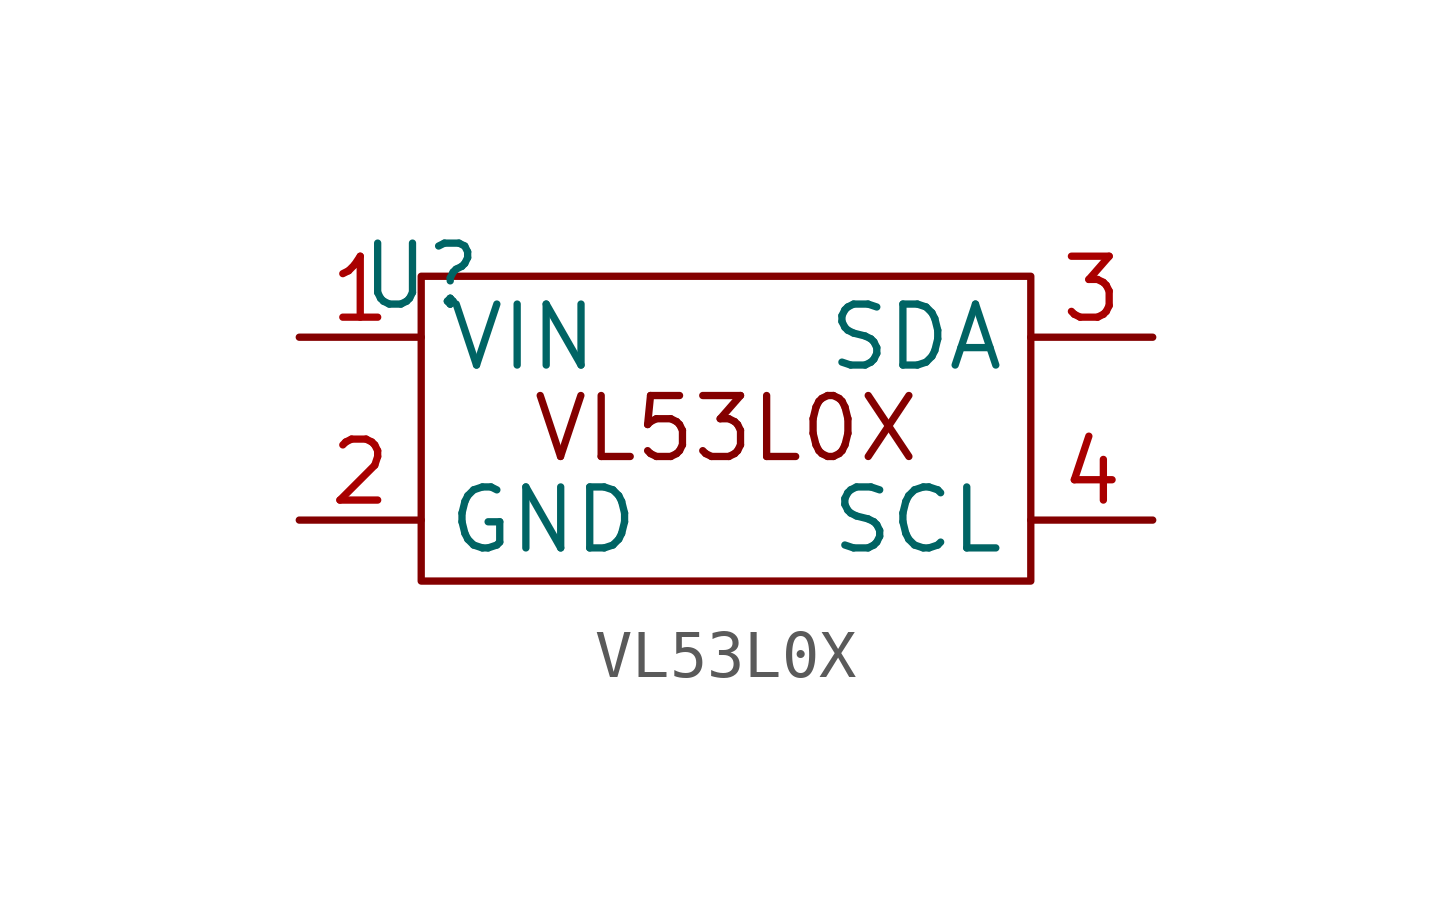
<source format=kicad_sym>
(kicad_symbol_lib
  (version 20241209)
  (generator "kicad_symbol_editor")
  (generator_version "9.0")
  (symbol "VL53L0X"
    (property "Reference" "U"
      (at 0 0 0)
      (effects (font (size 1.27 1.27))))
    (property "Value" ""
      (at 0 0 0)
      (effects (font (size 1.27 1.27))))
    (symbol "VL53L0X_1_1"
      (text_box "VL53L0X" (at 0 0 0) (size 12.7 -6.35) (margins 1.016 1.016 1.016 1.016) (stroke (width 0) (type solid)) (fill (type none)) (effects (font (size 1.27 1.27))))
      (pin power_in line (at -2.54 -1.27 0) (length 2.54) (name "VIN" (effects (font (size 1.27 1.27)))) (number "1" (effects (font (size 1.27 1.27)))))
      (pin power_in line (at -2.54 -5.08 0) (length 2.54) (name "GND" (effects (font (size 1.27 1.27)))) (number "2" (effects (font (size 1.27 1.27)))))
      (pin bidirectional line (at 15.24 -1.27 180) (length 2.54) (name "SDA" (effects (font (size 1.27 1.27)))) (number "3" (effects (font (size 1.27 1.27)))))
      (pin input line (at 15.24 -5.08 180) (length 2.54) (name "SCL" (effects (font (size 1.27 1.27)))) (number "4" (effects (font (size 1.27 1.27))))))))
</source>
